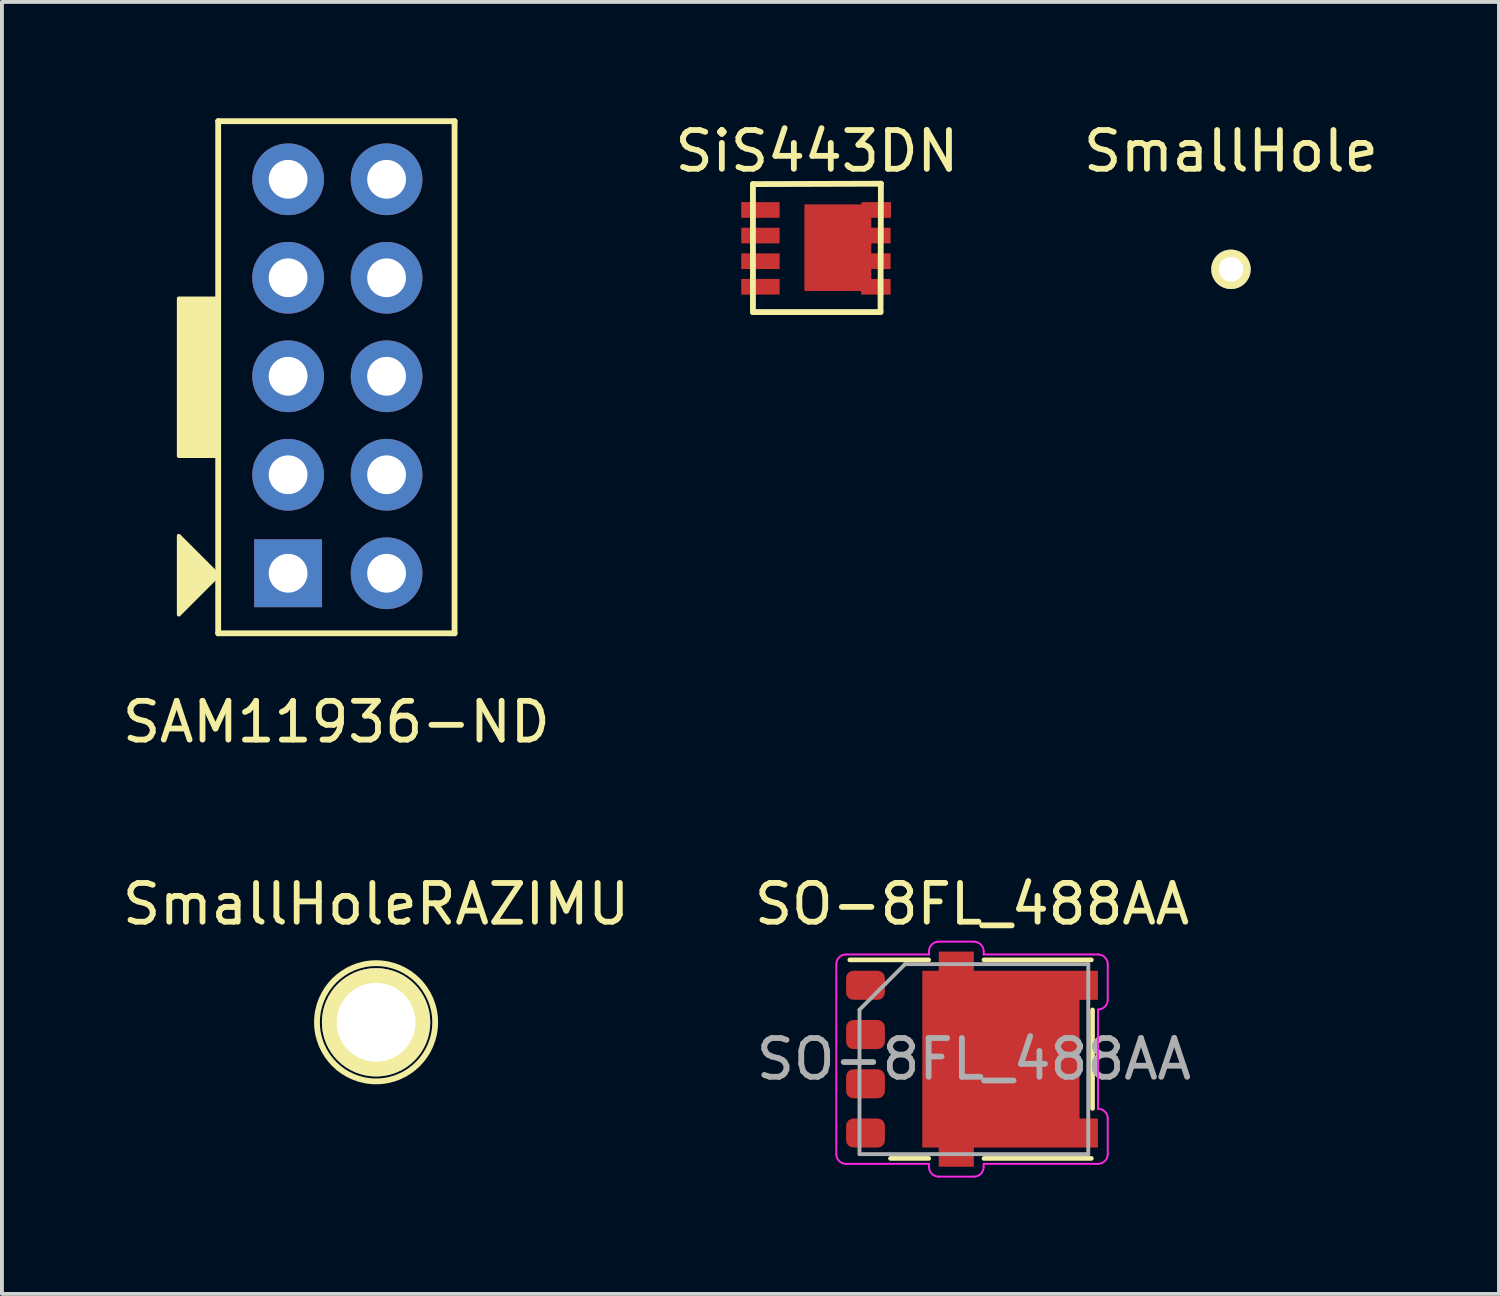
<source format=kicad_pcb>
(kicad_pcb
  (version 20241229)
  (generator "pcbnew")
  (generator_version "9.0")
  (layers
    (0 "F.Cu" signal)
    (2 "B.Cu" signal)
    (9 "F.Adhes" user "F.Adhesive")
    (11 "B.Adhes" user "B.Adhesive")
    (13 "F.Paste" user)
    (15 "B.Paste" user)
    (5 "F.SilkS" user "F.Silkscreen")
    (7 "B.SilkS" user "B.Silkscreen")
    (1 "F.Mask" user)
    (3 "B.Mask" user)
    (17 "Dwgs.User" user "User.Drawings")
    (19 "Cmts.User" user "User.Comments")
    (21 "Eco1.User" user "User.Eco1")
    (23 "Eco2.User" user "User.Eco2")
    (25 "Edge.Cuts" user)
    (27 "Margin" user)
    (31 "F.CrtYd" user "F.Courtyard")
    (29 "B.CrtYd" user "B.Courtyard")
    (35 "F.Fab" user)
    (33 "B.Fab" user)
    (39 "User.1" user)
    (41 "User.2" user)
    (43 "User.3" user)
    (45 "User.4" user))
  (footprint "SmallHoleRAZIMU"
    (layer "F.Cu")
    (at 6.649 23.314)
    (property "Reference" "SmallHoleRAZIMU" (at 0 -3.048 0) (layer "F.SilkS") (effects (font (size 1 1) (thickness 0.15))))
    (attr through_hole)
    (fp_circle (center 0 0) (end 1.524 0) (stroke (width 0.15) (type solid)) (fill no) (layer "F.SilkS"))
    (pad "1" thru_hole circle (at 0 0) (size 2.794 2.794) (drill 2.032) (layers "*.Cu" "*.Mask" "F.SilkS")))
  (footprint "SO-8FL_488AA"
    (layer "F.Cu")
    (at 22.018 24.265)
    (property "Reference" "SO-8FL_488AA" (at 0 -4 0) (layer "F.SilkS") (effects (font (size 1 1) (thickness 0.15))))
    (attr through_hole)
    (fp_line (start -1.118 -2.56) (end -3.152 -2.56) (stroke (width 0.12) (type solid)) (layer "F.SilkS"))
    (fp_line (start -1.118 2.56) (end -2.103 2.56) (stroke (width 0.12) (type solid)) (layer "F.SilkS"))
    (fp_line (start 3.078 -2.56) (end 0.308 -2.56) (stroke (width 0.12) (type solid)) (layer "F.SilkS"))
    (fp_line (start 3.078 2.56) (end 0.308 2.56) (stroke (width 0.12) (type solid)) (layer "F.SilkS"))
    (fp_line (start 3.108 -1.27) (end 3.108 1.27) (stroke (width 0.12) (type solid)) (layer "F.SilkS"))
    (fp_line (start -3.5 2.45) (end -3.5 -2.45) (stroke (width 0.05) (type solid)) (layer "F.CrtYd"))
    (fp_line (start -3.25 -2.7) (end -1.11 -2.7) (stroke (width 0.05) (type solid)) (layer "F.CrtYd"))
    (fp_line (start -3.25 2.7) (end -1.11 2.7) (stroke (width 0.05) (type solid)) (layer "F.CrtYd"))
    (fp_line (start -1.11 -2.78) (end -1.11 -2.7) (stroke (width 0.05) (type solid)) (layer "F.CrtYd"))
    (fp_line (start -1.11 2.7) (end -1.11 2.78) (stroke (width 0.05) (type solid)) (layer "F.CrtYd"))
    (fp_line (start -0.86 -3.03) (end 0.05 -3.03) (stroke (width 0.05) (type solid)) (layer "F.CrtYd"))
    (fp_line (start -0.86 3.03) (end 0.05 3.03) (stroke (width 0.05) (type solid)) (layer "F.CrtYd"))
    (fp_line (start 0.3 -2.7) (end 0.3 -2.78) (stroke (width 0.05) (type solid)) (layer "F.CrtYd"))
    (fp_line (start 0.3 -2.7) (end 3.25 -2.7) (stroke (width 0.05) (type solid)) (layer "F.CrtYd"))
    (fp_line (start 0.3 2.7) (end 3.25 2.7) (stroke (width 0.05) (type solid)) (layer "F.CrtYd"))
    (fp_line (start 0.3 2.78) (end 0.3 2.7) (stroke (width 0.05) (type solid)) (layer "F.CrtYd"))
    (fp_line (start 3.25 1.28) (end 3.25 -1.28) (stroke (width 0.05) (type solid)) (layer "F.CrtYd"))
    (fp_line (start 3.5 -1.53) (end 3.5 -2.45) (stroke (width 0.05) (type solid)) (layer "F.CrtYd"))
    (fp_line (start 3.5 2.45) (end 3.5 1.53) (stroke (width 0.05) (type solid)) (layer "F.CrtYd"))
    (fp_arc (start -3.5 -2.45) (mid -3.426777 -2.626777) (end -3.25 -2.7) (stroke (width 0.05) (type solid)) (layer "F.CrtYd"))
    (fp_arc (start -3.25 2.7) (mid -3.426777 2.626777) (end -3.5 2.45) (stroke (width 0.05) (type solid)) (layer "F.CrtYd"))
    (fp_arc (start -1.11 -2.78) (mid -1.036777 -2.956777) (end -0.86 -3.03) (stroke (width 0.05) (type solid)) (layer "F.CrtYd"))
    (fp_arc (start -0.86 3.03) (mid -1.036777 2.956777) (end -1.11 2.78) (stroke (width 0.05) (type solid)) (layer "F.CrtYd"))
    (fp_arc (start 0.05 -3.03) (mid 0.226777 -2.956777) (end 0.3 -2.78) (stroke (width 0.05) (type solid)) (layer "F.CrtYd"))
    (fp_arc (start 0.3 2.78) (mid 0.226777 2.956777) (end 0.05 3.03) (stroke (width 0.05) (type solid)) (layer "F.CrtYd"))
    (fp_arc (start 3.25 -2.7) (mid 3.426777 -2.626777) (end 3.5 -2.45) (stroke (width 0.05) (type solid)) (layer "F.CrtYd"))
    (fp_arc (start 3.25 1.28) (mid 3.426777 1.353223) (end 3.5 1.53) (stroke (width 0.05) (type solid)) (layer "F.CrtYd"))
    (fp_arc (start 3.5 -1.53) (mid 3.426777 -1.353223) (end 3.25 -1.28) (stroke (width 0.05) (type solid)) (layer "F.CrtYd"))
    (fp_arc (start 3.5 2.45) (mid 3.426777 2.626777) (end 3.25 2.7) (stroke (width 0.05) (type solid)) (layer "F.CrtYd"))
    (fp_line (start -2.902 -1.275) (end -2.902 2.45) (stroke (width 0.1) (type solid)) (layer "F.Fab"))
    (fp_line (start -1.727 -2.45) (end -2.902 -1.275) (stroke (width 0.1) (type solid)) (layer "F.Fab"))
    (fp_line (start 2.998 -2.45) (end -1.727 -2.45) (stroke (width 0.1) (type solid)) (layer "F.Fab"))
    (fp_line (start 2.998 -2.45) (end 2.998 2.45) (stroke (width 0.1) (type solid)) (layer "F.Fab"))
    (fp_line (start 2.998 2.45) (end -2.902 2.45) (stroke (width 0.1) (type solid)) (layer "F.Fab"))
    (fp_text user "${REFERENCE}" (at 0.048 0 0) (layer "F.Fab") (effects (font (size 1 1) (thickness 0.15))))
    (pad "1" smd roundrect (at -2.747 -1.905) (size 1 0.75) (layers "F.Cu" "F.Mask" "F.Paste") (roundrect_rratio 0.25))
    (pad "2" smd roundrect (at -2.747 -0.635) (size 1 0.75) (layers "F.Cu" "F.Mask" "F.Paste") (roundrect_rratio 0.25))
    (pad "3" smd roundrect (at -2.747 0.635) (size 1 0.75) (layers "F.Cu" "F.Mask" "F.Paste") (roundrect_rratio 0.25))
    (pad "4" smd roundrect (at -2.747 1.905) (size 1 0.75) (layers "F.Cu" "F.Mask" "F.Paste") (roundrect_rratio 0.25))
    (pad "5" smd custom (at 0.745 0) (size 4.055 4.56) (layers "F.Cu" "F.Mask" "F.Paste") (options (anchor rect)) (primitives (gr_poly (pts (xy -1.603 2.775) (xy -0.698 2.775) (xy -0.698 2.28) (xy 2.502 2.28) (xy 2.502 1.53) (xy 1.905 1.53) (xy 1.905 -1.53) (xy 2.502 -1.53) (xy 2.502 -2.28) (xy -0.698 -2.28) (xy -0.698 -2.775) (xy -1.603 -2.775)) (width 0) (fill yes)))))
  (footprint "SAM11936-ND"
    (layer "F.Cu")
    (at 5.625 6.679)
    (property "Reference" "SAM11936-ND" (at 0 8.89 0) (layer "F.SilkS") (effects (font (size 1 1) (thickness 0.15))))
    (attr through_hole)
    (fp_line (start -3.048 -6.604) (end 3.048 -6.604) (stroke (width 0.15) (type solid)) (layer "F.SilkS"))
    (fp_line (start -3.048 6.604) (end -3.048 -6.604) (stroke (width 0.15) (type solid)) (layer "F.SilkS"))
    (fp_line (start 3.048 -6.604) (end 3.048 6.604) (stroke (width 0.15) (type solid)) (layer "F.SilkS"))
    (fp_line (start 3.048 6.604) (end -3.048 6.604) (stroke (width 0.15) (type solid)) (layer "F.SilkS"))
    (fp_poly (pts (xy -3.048 5.105) (xy -4.064 6.121) (xy -4.064 4.089)) (stroke (width 0.1) (type solid)) (fill yes) (layer "F.SilkS"))
    (fp_poly (pts (xy -3.048 2.032) (xy -4.064 2.032) (xy -4.064 -2.032) (xy -3.048 -2.032)) (stroke (width 0.1) (type solid)) (fill yes) (layer "F.SilkS"))
    (pad "1" thru_hole rect (at -1.245 5.055) (size 1.75 1.75) (drill 1) (layers "*.Cu" "*.Mask"))
    (pad "2" thru_hole circle (at 1.295 5.055) (size 1.85 1.85) (drill 1) (layers "*.Cu" "*.Mask"))
    (pad "3" thru_hole circle (at -1.245 2.515) (size 1.85 1.85) (drill 1) (layers "*.Cu" "*.Mask"))
    (pad "4" thru_hole circle (at 1.295 2.515) (size 1.85 1.85) (drill 1) (layers "*.Cu" "*.Mask"))
    (pad "5" thru_hole circle (at -1.245 -0.025) (size 1.85 1.85) (drill 1) (layers "*.Cu" "*.Mask"))
    (pad "6" thru_hole circle (at 1.295 -0.025) (size 1.85 1.85) (drill 1) (layers "*.Cu" "*.Mask"))
    (pad "7" thru_hole circle (at -1.245 -2.565) (size 1.85 1.85) (drill 1) (layers "*.Cu" "*.Mask"))
    (pad "8" thru_hole circle (at 1.295 -2.565) (size 1.85 1.85) (drill 1) (layers "*.Cu" "*.Mask"))
    (pad "9" thru_hole circle (at -1.245 -5.105) (size 1.85 1.85) (drill 1) (layers "*.Cu" "*.Mask"))
    (pad "10" thru_hole circle (at 1.295 -5.105) (size 1.85 1.85) (drill 1) (layers "*.Cu" "*.Mask")))
  (footprint "SmallHole"
    (layer "F.Cu")
    (at 28.696 3.896)
    (property "Reference" "SmallHole" (at 0 -3.048 0) (layer "F.SilkS") (effects (font (size 1 1) (thickness 0.15))))
    (attr through_hole)
    (pad "1" thru_hole circle (at 0 0) (size 1.016 1.016) (drill 0.635) (layers "*.Cu" "*.Mask" "F.SilkS")))
  (footprint "SiS443DN"
    (layer "F.Cu")
    (at 18.018 3.348)
    (property "Reference" "SiS443DN" (at 0 -2.5 0) (layer "F.SilkS") (effects (font (size 1 1) (thickness 0.15))))
    (attr through_hole)
    (fp_line (start -1.65 -1.65) (end 1.65 -1.66) (stroke (width 0.15) (type solid)) (layer "F.SilkS"))
    (fp_line (start -1.65 1.65) (end -1.65 -1.65) (stroke (width 0.15) (type solid)) (layer "F.SilkS"))
    (fp_line (start 1.64 1.65) (end -1.65 1.65) (stroke (width 0.15) (type solid)) (layer "F.SilkS"))
    (fp_line (start 1.65 -1.66) (end 1.64 1.65) (stroke (width 0.15) (type solid)) (layer "F.SilkS"))
    (pad "1" smd rect (at -1.457 -0.983) (size 0.99 0.405) (layers "F.Cu" "F.Mask" "F.Paste"))
    (pad "2" smd rect (at -1.457 -0.323) (size 0.99 0.405) (layers "F.Cu" "F.Mask" "F.Paste"))
    (pad "3" smd rect (at -1.457 0.338) (size 0.99 0.405) (layers "F.Cu" "F.Mask" "F.Paste"))
    (pad "4" smd rect (at -1.457 0.998) (size 0.99 0.405) (layers "F.Cu" "F.Mask" "F.Paste"))
    (pad "5" smd rect (at 1.52 0.998) (size 0.76 0.405) (layers "F.Cu" "F.Mask" "F.Paste"))
    (pad "6" smd rect (at 1.52 0.338) (size 0.76 0.405) (layers "F.Cu" "F.Mask" "F.Paste"))
    (pad "7" smd rect (at 1.52 -0.323) (size 0.76 0.405) (layers "F.Cu" "F.Mask" "F.Paste"))
    (pad "8" smd rect (at 0.54 -0.01) (size 1.725 2.235) (layers "F.Cu" "F.Mask" "F.Paste"))
    (pad "8" smd rect (at 1.53 -0.983) (size 0.76 0.405) (layers "F.Cu" "F.Mask" "F.Paste")))
  (gr_rect
    (start -3 -3)
    (end 35.607 30.32)
    (stroke (width 0.1) (type default))
    (fill no)
    (layer "Edge.Cuts")))
</source>
